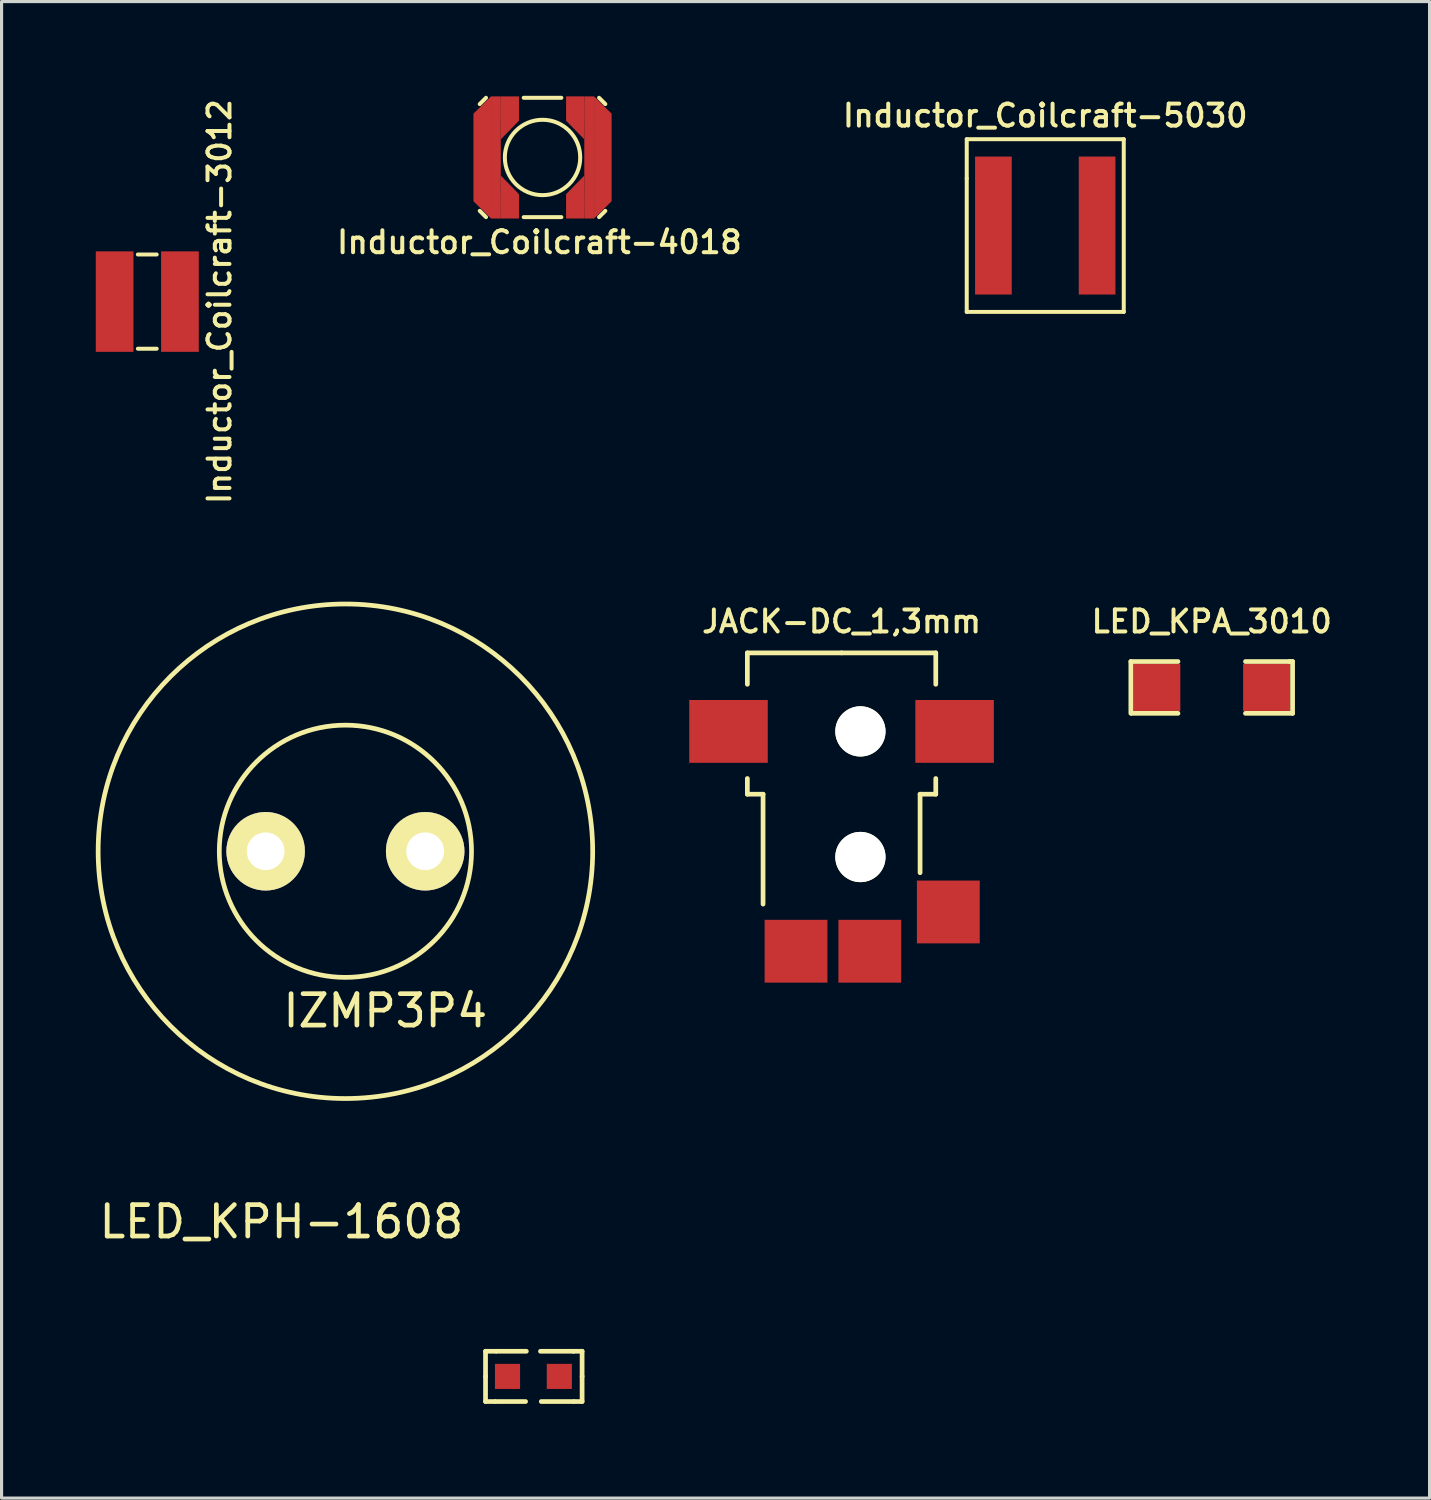
<source format=kicad_pcb>
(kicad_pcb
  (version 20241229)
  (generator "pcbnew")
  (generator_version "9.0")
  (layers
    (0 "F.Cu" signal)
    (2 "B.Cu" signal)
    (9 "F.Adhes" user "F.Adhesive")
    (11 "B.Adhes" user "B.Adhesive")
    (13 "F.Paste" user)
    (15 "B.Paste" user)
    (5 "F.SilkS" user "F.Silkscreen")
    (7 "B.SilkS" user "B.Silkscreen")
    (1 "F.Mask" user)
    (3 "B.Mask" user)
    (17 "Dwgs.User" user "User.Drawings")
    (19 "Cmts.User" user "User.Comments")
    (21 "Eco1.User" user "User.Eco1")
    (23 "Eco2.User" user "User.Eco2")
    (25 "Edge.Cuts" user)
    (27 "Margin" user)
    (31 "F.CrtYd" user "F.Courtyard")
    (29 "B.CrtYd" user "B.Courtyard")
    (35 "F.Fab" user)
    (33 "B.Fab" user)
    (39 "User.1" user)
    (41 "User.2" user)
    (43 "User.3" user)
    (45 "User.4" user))
  (footprint "LED_KPA_3010"
    (layer "F.Cu")
    (at 35.535 18.84)
    (property "Reference" "LED_KPA_3010" (at 0 -2.1 0) (layer "F.SilkS") (effects (font (size 0.7 0.7) (thickness 0.127))))
    (attr smd)
    (fp_line (start -2.575 -0.825) (end -1.075 -0.825) (stroke (width 0.15) (type solid)) (layer "F.SilkS"))
    (fp_line (start -2.575 0.825) (end -2.575 -0.825) (stroke (width 0.15) (type solid)) (layer "F.SilkS"))
    (fp_line (start -1.075 0.825) (end -2.55 0.825) (stroke (width 0.15) (type solid)) (layer "F.SilkS"))
    (fp_line (start 1.075 0.825) (end 2.575 0.825) (stroke (width 0.15) (type solid)) (layer "F.SilkS"))
    (fp_line (start 2.5 -0.825) (end 1.075 -0.825) (stroke (width 0.15) (type solid)) (layer "F.SilkS"))
    (fp_line (start 2.575 -0.825) (end 2.475 -0.825) (stroke (width 0.15) (type solid)) (layer "F.SilkS"))
    (fp_line (start 2.575 0.825) (end 2.575 -0.825) (stroke (width 0.15) (type solid)) (layer "F.SilkS"))
    (pad "1" smd rect (at -1.75 0) (size 1.5 1.5) (layers "F.Cu" "F.Mask" "F.Paste"))
    (pad "2" smd rect (at 1.75 0) (size 1.5 1.5) (layers "F.Cu" "F.Mask" "F.Paste")))
  (footprint "Inductor_Coilcraft-4018"
    (layer "F.Cu")
    (at 14.226 1.964)
    (property "Reference" "Inductor_Coilcraft-4018" (at -0.1 2.7 0) (layer "F.SilkS") (effects (font (size 0.7 0.7) (thickness 0.127))))
    (attr smd)
    (fp_line (start -2 -1.7) (end -1.8 -1.9) (stroke (width 0.127) (type solid)) (layer "F.SilkS"))
    (fp_line (start -1.8 1.9) (end -2 1.7) (stroke (width 0.127) (type solid)) (layer "F.SilkS"))
    (fp_line (start -0.6 -1.9) (end 0.6 -1.9) (stroke (width 0.127) (type solid)) (layer "F.SilkS"))
    (fp_line (start 0.6 1.9) (end -0.6 1.9) (stroke (width 0.127) (type solid)) (layer "F.SilkS"))
    (fp_line (start 1.8 -1.9) (end 2 -1.7) (stroke (width 0.127) (type solid)) (layer "F.SilkS"))
    (fp_line (start 2 1.7) (end 1.8 1.9) (stroke (width 0.127) (type solid)) (layer "F.SilkS"))
    (fp_circle (center 0 0) (end 1.2 0) (stroke (width 0.127) (type solid)) (fill no) (layer "F.SilkS"))
    (pad "1" smd trapezoid (at -1.92 0 180) (size 0.56 3.34) (rect_delta 0.55 0) (layers "F.Cu" "F.Mask" "F.Paste"))
    (pad "1" smd rect (at -1.485 0) (size 0.31 3.89) (layers "F.Cu" "F.Mask" "F.Paste"))
    (pad "1" smd rect (at -1.04 -1.56) (size 0.58 0.775) (drill (offset 0 0.003)) (layers "F.Cu" "F.Mask" "F.Paste"))
    (pad "1" smd trapezoid (at -1.04 -1.17) (size 0.58 0.595) (rect_delta 0.594 0) (layers "F.Cu" "F.Mask" "F.Paste"))
    (pad "1" smd trapezoid (at -1.04 1.17) (size 0.58 0.595) (rect_delta 0.594 0) (layers "F.Cu" "F.Mask" "F.Paste"))
    (pad "1" smd rect (at -1.04 1.555) (size 0.58 0.775) (drill (offset 0 0.002)) (layers "F.Cu" "F.Mask" "F.Paste"))
    (pad "2" smd rect (at 1.04 -1.555) (size 0.58 0.775) (drill (offset 0 -0.003)) (layers "F.Cu" "F.Mask" "F.Paste"))
    (pad "2" smd trapezoid (at 1.04 -1.17 180) (size 0.58 0.595) (rect_delta 0.594 0) (layers "F.Cu" "F.Mask" "F.Paste"))
    (pad "2" smd trapezoid (at 1.04 1.17 180) (size 0.58 0.595) (rect_delta 0.594 0) (layers "F.Cu" "F.Mask" "F.Paste"))
    (pad "2" smd rect (at 1.04 1.555) (size 0.58 0.775) (drill (offset 0 0.002)) (layers "F.Cu" "F.Mask" "F.Paste"))
    (pad "2" smd rect (at 1.485 0) (size 0.31 3.89) (layers "F.Cu" "F.Mask" "F.Paste"))
    (pad "2" smd trapezoid (at 1.92 0) (size 0.56 3.34) (rect_delta 0.55 0) (layers "F.Cu" "F.Mask" "F.Paste")))
  (footprint "Inductor_Coilcraft-3012"
    (layer "F.Cu")
    (at 1.64 6.554)
    (property "Reference" "Inductor_Coilcraft-3012" (at 2.3 0 90) (layer "F.SilkS") (effects (font (size 0.7 0.7) (thickness 0.127))))
    (attr through_hole)
    (fp_line (start -0.3 -1.5) (end 0.3 -1.5) (stroke (width 0.127) (type solid)) (layer "F.SilkS"))
    (fp_line (start -0.3 1.5) (end 0.3 1.5) (stroke (width 0.127) (type solid)) (layer "F.SilkS"))
    (pad "1" smd rect (at -1.04 0) (size 1.2 3.2) (layers "F.Cu" "F.Mask" "F.Paste"))
    (pad "2" smd rect (at 1.04 0) (size 1.2 3.2) (layers "F.Cu" "F.Mask" "F.Paste")))
  (footprint "IZMP3P4"
    (layer "F.Cu")
    (at 7.949 24.057)
    (property "Reference" "IZMP3P4" (at 1.27 5.08 0) (layer "F.SilkS") (effects (font (size 1 1) (thickness 0.15))))
    (attr through_hole)
    (fp_circle (center 0 0) (end 3.81 1.27) (stroke (width 0.15) (type solid)) (fill no) (layer "F.SilkS"))
    (fp_circle (center 0 0) (end 7.874 0) (stroke (width 0.15) (type solid)) (fill no) (layer "F.SilkS"))
    (pad "1" thru_hole circle (at -2.54 0) (size 2.5 2.5) (drill 1.2) (layers "*.Cu" "*.Mask" "F.SilkS"))
    (pad "2" thru_hole circle (at 2.54 0) (size 2.5 2.5) (drill 1.2) (layers "*.Cu" "*.Mask" "F.SilkS")))
  (footprint "LED_KPH-1608"
    (layer "F.Cu")
    (at 13.936 40.779)
    (property "Reference" "LED_KPH-1608" (at -8.025 -4.925 0) (layer "F.SilkS") (effects (font (size 1 1) (thickness 0.15))))
    (attr through_hole)
    (fp_line (start -1.525 -0.8) (end -1.2 -0.8) (stroke (width 0.15) (type solid)) (layer "F.SilkS"))
    (fp_line (start -1.525 0) (end -1.525 -0.8) (stroke (width 0.15) (type solid)) (layer "F.SilkS"))
    (fp_line (start -1.525 0) (end -1.525 0.8) (stroke (width 0.15) (type solid)) (layer "F.SilkS"))
    (fp_line (start -1.525 0.8) (end -1.225 0.8) (stroke (width 0.15) (type solid)) (layer "F.SilkS"))
    (fp_line (start -1.2 0.8) (end -0.25 0.8) (stroke (width 0.15) (type solid)) (layer "F.SilkS"))
    (fp_line (start -1.175 -0.8) (end -0.225 -0.8) (stroke (width 0.15) (type solid)) (layer "F.SilkS"))
    (fp_line (start 1.275 -0.8) (end 0.225 -0.8) (stroke (width 0.15) (type solid)) (layer "F.SilkS"))
    (fp_line (start 1.275 0.8) (end 0.25 0.8) (stroke (width 0.15) (type solid)) (layer "F.SilkS"))
    (fp_line (start 1.55 -0.8) (end 1.275 -0.8) (stroke (width 0.15) (type solid)) (layer "F.SilkS"))
    (fp_line (start 1.55 0) (end 1.55 -0.8) (stroke (width 0.15) (type solid)) (layer "F.SilkS"))
    (fp_line (start 1.55 0) (end 1.55 0.8) (stroke (width 0.15) (type solid)) (layer "F.SilkS"))
    (fp_line (start 1.55 0.8) (end 1.3 0.8) (stroke (width 0.15) (type solid)) (layer "F.SilkS"))
    (pad "1" smd rect (at -0.825 0) (size 0.8 0.8) (layers "F.Cu" "F.Mask" "F.Paste"))
    (pad "2" smd rect (at 0.825 0) (size 0.8 0.8) (layers "F.Cu" "F.Mask" "F.Paste")))
  (footprint "JACK-DC_1,3mm"
    (layer "F.Cu")
    (at 23.748 17.74)
    (property "Reference" "JACK-DC_1,3mm" (at 0 -1 0) (layer "F.SilkS") (effects (font (size 0.7 0.7) (thickness 0.127))))
    (attr through_hole)
    (fp_line (start -3 0) (end -3 1) (stroke (width 0.15) (type solid)) (layer "F.SilkS"))
    (fp_line (start -3 4) (end -3 4.5) (stroke (width 0.15) (type solid)) (layer "F.SilkS"))
    (fp_line (start -3 4.5) (end -2.5 4.5) (stroke (width 0.15) (type solid)) (layer "F.SilkS"))
    (fp_line (start -2.5 4.5) (end -2.5 8) (stroke (width 0.15) (type solid)) (layer "F.SilkS"))
    (fp_line (start 0 0) (end -3 0) (stroke (width 0.15) (type solid)) (layer "F.SilkS"))
    (fp_line (start 0 0) (end 3 0) (stroke (width 0.15) (type solid)) (layer "F.SilkS"))
    (fp_line (start 2.5 4.5) (end 2.5 7) (stroke (width 0.15) (type solid)) (layer "F.SilkS"))
    (fp_line (start 3 0) (end 3 1) (stroke (width 0.15) (type solid)) (layer "F.SilkS"))
    (fp_line (start 3 4) (end 3 4.5) (stroke (width 0.15) (type solid)) (layer "F.SilkS"))
    (fp_line (start 3 4.5) (end 2.5 4.5) (stroke (width 0.15) (type solid)) (layer "F.SilkS"))
    (pad "" np_thru_hole circle (at 0.6 2.5) (size 1.6 1.6) (drill 1.6) (layers "*.Cu" "*.Mask" "F.SilkS"))
    (pad "" np_thru_hole circle (at 0.6 6.5) (size 1.6 1.6) (drill 1.6) (layers "*.Cu" "*.Mask" "F.SilkS"))
    (pad "1" smd rect (at 0.9 9.5) (size 2 2) (layers "F.Cu" "F.Mask" "F.Paste"))
    (pad "2" smd rect (at 3.4 8.25) (size 2 2) (layers "F.Cu" "F.Mask" "F.Paste"))
    (pad "3" smd rect (at -1.45 9.5) (size 2 2) (layers "F.Cu" "F.Mask" "F.Paste"))
    (pad "4" smd rect (at -3.6 2.5) (size 2.5 2) (layers "F.Cu" "F.Mask" "F.Paste"))
    (pad "4" smd rect (at 3.6 2.5) (size 2.5 2) (layers "F.Cu" "F.Mask" "F.Paste")))
  (footprint "Inductor_Coilcraft-5030"
    (layer "F.Cu")
    (at 30.234 4.132)
    (property "Reference" "Inductor_Coilcraft-5030" (at 0 -3.5 0) (layer "F.SilkS") (effects (font (size 0.7 0.7) (thickness 0.127))))
    (attr smd)
    (fp_line (start -2.5 -2.75) (end 2.5 -2.75) (stroke (width 0.127) (type solid)) (layer "F.SilkS"))
    (fp_line (start -2.5 -1.5) (end -2.5 -2.75) (stroke (width 0.127) (type solid)) (layer "F.SilkS"))
    (fp_line (start -2.5 2.75) (end -2.5 -1.5) (stroke (width 0.127) (type solid)) (layer "F.SilkS"))
    (fp_line (start 2.5 -2.75) (end 2.5 2.75) (stroke (width 0.127) (type solid)) (layer "F.SilkS"))
    (fp_line (start 2.5 2.75) (end -2.5 2.75) (stroke (width 0.127) (type solid)) (layer "F.SilkS"))
    (pad "1" smd rect (at -1.651 0) (size 1.168 4.394) (layers "F.Cu" "F.Mask" "F.Paste"))
    (pad "2" smd rect (at 1.651 0) (size 1.168 4.394) (layers "F.Cu" "F.Mask" "F.Paste")))
  (gr_rect
    (start -3 -3)
    (end 42.472 44.654)
    (stroke (width 0.1) (type default))
    (fill no)
    (layer "Edge.Cuts")))
</source>
